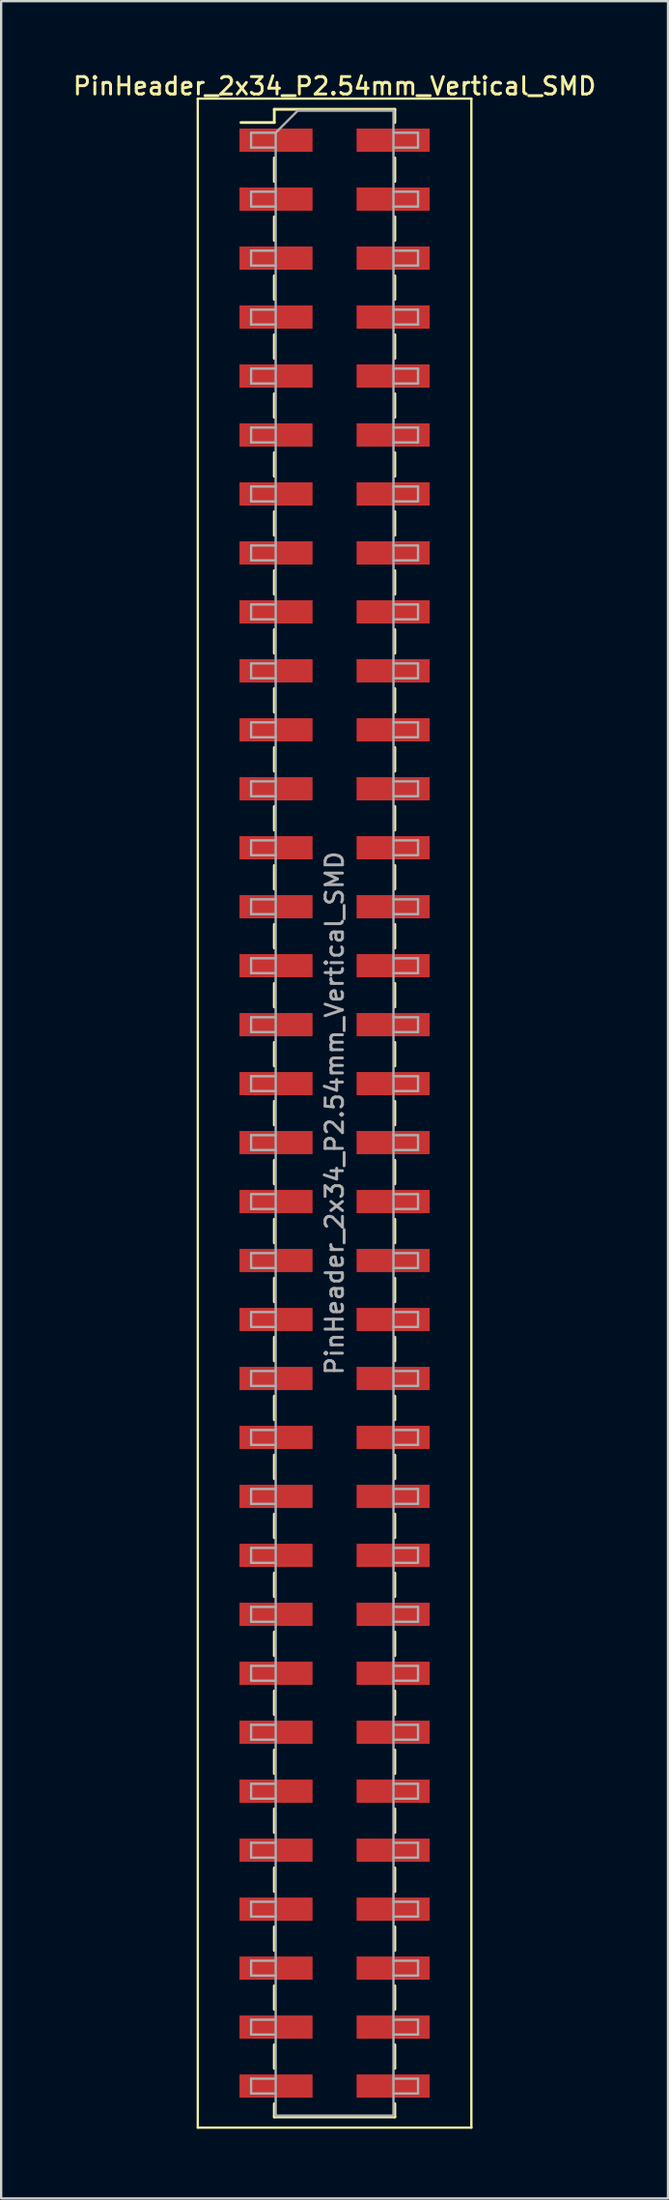
<source format=kicad_pcb>
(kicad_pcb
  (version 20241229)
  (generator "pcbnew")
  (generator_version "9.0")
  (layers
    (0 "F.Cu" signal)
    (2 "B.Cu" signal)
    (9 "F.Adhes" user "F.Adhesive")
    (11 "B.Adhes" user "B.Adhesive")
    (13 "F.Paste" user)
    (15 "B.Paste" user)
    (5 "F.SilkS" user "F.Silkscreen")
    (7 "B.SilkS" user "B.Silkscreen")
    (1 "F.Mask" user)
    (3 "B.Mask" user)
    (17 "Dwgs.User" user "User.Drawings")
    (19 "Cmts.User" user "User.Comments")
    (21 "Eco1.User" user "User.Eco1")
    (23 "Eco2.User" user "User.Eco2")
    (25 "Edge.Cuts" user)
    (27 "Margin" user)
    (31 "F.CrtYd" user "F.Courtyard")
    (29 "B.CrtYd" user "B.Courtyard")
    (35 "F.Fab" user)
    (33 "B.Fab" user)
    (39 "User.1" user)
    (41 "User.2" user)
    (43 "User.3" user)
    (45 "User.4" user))
  (footprint "PinHeader_2x34_P2.54mm_Vertical_SMD"
    (layer "F.Cu")
    (at 11.38 44.898)
    (property "Reference" "PinHeader_2x34_P2.54mm_Vertical_SMD" (at 0 -44.24 0) (layer "F.SilkS") (effects (font (size 0.75 0.75) (thickness 0.125))))
    (attr smd)
    (fp_line (start -5.9 -43.7) (end -5.9 43.7) (stroke (width 0.1) (type solid)) (layer "F.SilkS"))
    (fp_line (start -5.9 43.7) (end 5.9 43.7) (stroke (width 0.1) (type solid)) (layer "F.SilkS"))
    (fp_line (start -4.04 -42.67) (end -2.6 -42.67) (stroke (width 0.12) (type solid)) (layer "F.SilkS"))
    (fp_line (start -2.6 -43.24) (end -2.6 -42.67) (stroke (width 0.12) (type solid)) (layer "F.SilkS"))
    (fp_line (start -2.6 -43.24) (end 2.6 -43.24) (stroke (width 0.12) (type solid)) (layer "F.SilkS"))
    (fp_line (start -2.6 -41.15) (end -2.6 -40.13) (stroke (width 0.12) (type solid)) (layer "F.SilkS"))
    (fp_line (start -2.6 -38.61) (end -2.6 -37.59) (stroke (width 0.12) (type solid)) (layer "F.SilkS"))
    (fp_line (start -2.6 -36.07) (end -2.6 -35.05) (stroke (width 0.12) (type solid)) (layer "F.SilkS"))
    (fp_line (start -2.6 -33.53) (end -2.6 -32.51) (stroke (width 0.12) (type solid)) (layer "F.SilkS"))
    (fp_line (start -2.6 -30.99) (end -2.6 -29.97) (stroke (width 0.12) (type solid)) (layer "F.SilkS"))
    (fp_line (start -2.6 -28.45) (end -2.6 -27.43) (stroke (width 0.12) (type solid)) (layer "F.SilkS"))
    (fp_line (start -2.6 -25.91) (end -2.6 -24.89) (stroke (width 0.12) (type solid)) (layer "F.SilkS"))
    (fp_line (start -2.6 -23.37) (end -2.6 -22.35) (stroke (width 0.12) (type solid)) (layer "F.SilkS"))
    (fp_line (start -2.6 -20.83) (end -2.6 -19.81) (stroke (width 0.12) (type solid)) (layer "F.SilkS"))
    (fp_line (start -2.6 -18.29) (end -2.6 -17.27) (stroke (width 0.12) (type solid)) (layer "F.SilkS"))
    (fp_line (start -2.6 -15.75) (end -2.6 -14.73) (stroke (width 0.12) (type solid)) (layer "F.SilkS"))
    (fp_line (start -2.6 -13.21) (end -2.6 -12.19) (stroke (width 0.12) (type solid)) (layer "F.SilkS"))
    (fp_line (start -2.6 -10.67) (end -2.6 -9.65) (stroke (width 0.12) (type solid)) (layer "F.SilkS"))
    (fp_line (start -2.6 -8.13) (end -2.6 -7.11) (stroke (width 0.12) (type solid)) (layer "F.SilkS"))
    (fp_line (start -2.6 -5.59) (end -2.6 -4.57) (stroke (width 0.12) (type solid)) (layer "F.SilkS"))
    (fp_line (start -2.6 -3.05) (end -2.6 -2.03) (stroke (width 0.12) (type solid)) (layer "F.SilkS"))
    (fp_line (start -2.6 -0.51) (end -2.6 0.51) (stroke (width 0.12) (type solid)) (layer "F.SilkS"))
    (fp_line (start -2.6 2.03) (end -2.6 3.05) (stroke (width 0.12) (type solid)) (layer "F.SilkS"))
    (fp_line (start -2.6 4.57) (end -2.6 5.59) (stroke (width 0.12) (type solid)) (layer "F.SilkS"))
    (fp_line (start -2.6 7.11) (end -2.6 8.13) (stroke (width 0.12) (type solid)) (layer "F.SilkS"))
    (fp_line (start -2.6 9.65) (end -2.6 10.67) (stroke (width 0.12) (type solid)) (layer "F.SilkS"))
    (fp_line (start -2.6 12.19) (end -2.6 13.21) (stroke (width 0.12) (type solid)) (layer "F.SilkS"))
    (fp_line (start -2.6 14.73) (end -2.6 15.75) (stroke (width 0.12) (type solid)) (layer "F.SilkS"))
    (fp_line (start -2.6 17.27) (end -2.6 18.29) (stroke (width 0.12) (type solid)) (layer "F.SilkS"))
    (fp_line (start -2.6 19.81) (end -2.6 20.83) (stroke (width 0.12) (type solid)) (layer "F.SilkS"))
    (fp_line (start -2.6 22.35) (end -2.6 23.37) (stroke (width 0.12) (type solid)) (layer "F.SilkS"))
    (fp_line (start -2.6 24.89) (end -2.6 25.91) (stroke (width 0.12) (type solid)) (layer "F.SilkS"))
    (fp_line (start -2.6 27.43) (end -2.6 28.45) (stroke (width 0.12) (type solid)) (layer "F.SilkS"))
    (fp_line (start -2.6 29.97) (end -2.6 30.99) (stroke (width 0.12) (type solid)) (layer "F.SilkS"))
    (fp_line (start -2.6 32.51) (end -2.6 33.53) (stroke (width 0.12) (type solid)) (layer "F.SilkS"))
    (fp_line (start -2.6 35.05) (end -2.6 36.07) (stroke (width 0.12) (type solid)) (layer "F.SilkS"))
    (fp_line (start -2.6 37.59) (end -2.6 38.61) (stroke (width 0.12) (type solid)) (layer "F.SilkS"))
    (fp_line (start -2.6 40.13) (end -2.6 41.15) (stroke (width 0.12) (type solid)) (layer "F.SilkS"))
    (fp_line (start -2.6 42.67) (end -2.6 43.24) (stroke (width 0.12) (type solid)) (layer "F.SilkS"))
    (fp_line (start -2.6 43.24) (end 2.6 43.24) (stroke (width 0.12) (type solid)) (layer "F.SilkS"))
    (fp_line (start 2.6 -43.24) (end 2.6 -42.67) (stroke (width 0.12) (type solid)) (layer "F.SilkS"))
    (fp_line (start 2.6 -41.15) (end 2.6 -40.13) (stroke (width 0.12) (type solid)) (layer "F.SilkS"))
    (fp_line (start 2.6 -38.61) (end 2.6 -37.59) (stroke (width 0.12) (type solid)) (layer "F.SilkS"))
    (fp_line (start 2.6 -36.07) (end 2.6 -35.05) (stroke (width 0.12) (type solid)) (layer "F.SilkS"))
    (fp_line (start 2.6 -33.53) (end 2.6 -32.51) (stroke (width 0.12) (type solid)) (layer "F.SilkS"))
    (fp_line (start 2.6 -30.99) (end 2.6 -29.97) (stroke (width 0.12) (type solid)) (layer "F.SilkS"))
    (fp_line (start 2.6 -28.45) (end 2.6 -27.43) (stroke (width 0.12) (type solid)) (layer "F.SilkS"))
    (fp_line (start 2.6 -25.91) (end 2.6 -24.89) (stroke (width 0.12) (type solid)) (layer "F.SilkS"))
    (fp_line (start 2.6 -23.37) (end 2.6 -22.35) (stroke (width 0.12) (type solid)) (layer "F.SilkS"))
    (fp_line (start 2.6 -20.83) (end 2.6 -19.81) (stroke (width 0.12) (type solid)) (layer "F.SilkS"))
    (fp_line (start 2.6 -18.29) (end 2.6 -17.27) (stroke (width 0.12) (type solid)) (layer "F.SilkS"))
    (fp_line (start 2.6 -15.75) (end 2.6 -14.73) (stroke (width 0.12) (type solid)) (layer "F.SilkS"))
    (fp_line (start 2.6 -13.21) (end 2.6 -12.19) (stroke (width 0.12) (type solid)) (layer "F.SilkS"))
    (fp_line (start 2.6 -10.67) (end 2.6 -9.65) (stroke (width 0.12) (type solid)) (layer "F.SilkS"))
    (fp_line (start 2.6 -8.13) (end 2.6 -7.11) (stroke (width 0.12) (type solid)) (layer "F.SilkS"))
    (fp_line (start 2.6 -5.59) (end 2.6 -4.57) (stroke (width 0.12) (type solid)) (layer "F.SilkS"))
    (fp_line (start 2.6 -3.05) (end 2.6 -2.03) (stroke (width 0.12) (type solid)) (layer "F.SilkS"))
    (fp_line (start 2.6 -0.51) (end 2.6 0.51) (stroke (width 0.12) (type solid)) (layer "F.SilkS"))
    (fp_line (start 2.6 2.03) (end 2.6 3.05) (stroke (width 0.12) (type solid)) (layer "F.SilkS"))
    (fp_line (start 2.6 4.57) (end 2.6 5.59) (stroke (width 0.12) (type solid)) (layer "F.SilkS"))
    (fp_line (start 2.6 7.11) (end 2.6 8.13) (stroke (width 0.12) (type solid)) (layer "F.SilkS"))
    (fp_line (start 2.6 9.65) (end 2.6 10.67) (stroke (width 0.12) (type solid)) (layer "F.SilkS"))
    (fp_line (start 2.6 12.19) (end 2.6 13.21) (stroke (width 0.12) (type solid)) (layer "F.SilkS"))
    (fp_line (start 2.6 14.73) (end 2.6 15.75) (stroke (width 0.12) (type solid)) (layer "F.SilkS"))
    (fp_line (start 2.6 17.27) (end 2.6 18.29) (stroke (width 0.12) (type solid)) (layer "F.SilkS"))
    (fp_line (start 2.6 19.81) (end 2.6 20.83) (stroke (width 0.12) (type solid)) (layer "F.SilkS"))
    (fp_line (start 2.6 22.35) (end 2.6 23.37) (stroke (width 0.12) (type solid)) (layer "F.SilkS"))
    (fp_line (start 2.6 24.89) (end 2.6 25.91) (stroke (width 0.12) (type solid)) (layer "F.SilkS"))
    (fp_line (start 2.6 27.43) (end 2.6 28.45) (stroke (width 0.12) (type solid)) (layer "F.SilkS"))
    (fp_line (start 2.6 29.97) (end 2.6 30.99) (stroke (width 0.12) (type solid)) (layer "F.SilkS"))
    (fp_line (start 2.6 32.51) (end 2.6 33.53) (stroke (width 0.12) (type solid)) (layer "F.SilkS"))
    (fp_line (start 2.6 35.05) (end 2.6 36.07) (stroke (width 0.12) (type solid)) (layer "F.SilkS"))
    (fp_line (start 2.6 37.59) (end 2.6 38.61) (stroke (width 0.12) (type solid)) (layer "F.SilkS"))
    (fp_line (start 2.6 40.13) (end 2.6 41.15) (stroke (width 0.12) (type solid)) (layer "F.SilkS"))
    (fp_line (start 2.6 42.67) (end 2.6 43.24) (stroke (width 0.12) (type solid)) (layer "F.SilkS"))
    (fp_line (start 5.9 -43.7) (end -5.9 -43.7) (stroke (width 0.1) (type solid)) (layer "F.SilkS"))
    (fp_line (start 5.9 43.7) (end 5.9 -43.7) (stroke (width 0.1) (type solid)) (layer "F.SilkS"))
    (fp_line (start -3.6 -42.23) (end -3.6 -41.59) (stroke (width 0.1) (type solid)) (layer "F.Fab"))
    (fp_line (start -3.6 -41.59) (end -2.54 -41.59) (stroke (width 0.1) (type solid)) (layer "F.Fab"))
    (fp_line (start -3.6 -39.69) (end -3.6 -39.05) (stroke (width 0.1) (type solid)) (layer "F.Fab"))
    (fp_line (start -3.6 -39.05) (end -2.54 -39.05) (stroke (width 0.1) (type solid)) (layer "F.Fab"))
    (fp_line (start -3.6 -37.15) (end -3.6 -36.51) (stroke (width 0.1) (type solid)) (layer "F.Fab"))
    (fp_line (start -3.6 -36.51) (end -2.54 -36.51) (stroke (width 0.1) (type solid)) (layer "F.Fab"))
    (fp_line (start -3.6 -34.61) (end -3.6 -33.97) (stroke (width 0.1) (type solid)) (layer "F.Fab"))
    (fp_line (start -3.6 -33.97) (end -2.54 -33.97) (stroke (width 0.1) (type solid)) (layer "F.Fab"))
    (fp_line (start -3.6 -32.07) (end -3.6 -31.43) (stroke (width 0.1) (type solid)) (layer "F.Fab"))
    (fp_line (start -3.6 -31.43) (end -2.54 -31.43) (stroke (width 0.1) (type solid)) (layer "F.Fab"))
    (fp_line (start -3.6 -29.53) (end -3.6 -28.89) (stroke (width 0.1) (type solid)) (layer "F.Fab"))
    (fp_line (start -3.6 -28.89) (end -2.54 -28.89) (stroke (width 0.1) (type solid)) (layer "F.Fab"))
    (fp_line (start -3.6 -26.99) (end -3.6 -26.35) (stroke (width 0.1) (type solid)) (layer "F.Fab"))
    (fp_line (start -3.6 -26.35) (end -2.54 -26.35) (stroke (width 0.1) (type solid)) (layer "F.Fab"))
    (fp_line (start -3.6 -24.45) (end -3.6 -23.81) (stroke (width 0.1) (type solid)) (layer "F.Fab"))
    (fp_line (start -3.6 -23.81) (end -2.54 -23.81) (stroke (width 0.1) (type solid)) (layer "F.Fab"))
    (fp_line (start -3.6 -21.91) (end -3.6 -21.27) (stroke (width 0.1) (type solid)) (layer "F.Fab"))
    (fp_line (start -3.6 -21.27) (end -2.54 -21.27) (stroke (width 0.1) (type solid)) (layer "F.Fab"))
    (fp_line (start -3.6 -19.37) (end -3.6 -18.73) (stroke (width 0.1) (type solid)) (layer "F.Fab"))
    (fp_line (start -3.6 -18.73) (end -2.54 -18.73) (stroke (width 0.1) (type solid)) (layer "F.Fab"))
    (fp_line (start -3.6 -16.83) (end -3.6 -16.19) (stroke (width 0.1) (type solid)) (layer "F.Fab"))
    (fp_line (start -3.6 -16.19) (end -2.54 -16.19) (stroke (width 0.1) (type solid)) (layer "F.Fab"))
    (fp_line (start -3.6 -14.29) (end -3.6 -13.65) (stroke (width 0.1) (type solid)) (layer "F.Fab"))
    (fp_line (start -3.6 -13.65) (end -2.54 -13.65) (stroke (width 0.1) (type solid)) (layer "F.Fab"))
    (fp_line (start -3.6 -11.75) (end -3.6 -11.11) (stroke (width 0.1) (type solid)) (layer "F.Fab"))
    (fp_line (start -3.6 -11.11) (end -2.54 -11.11) (stroke (width 0.1) (type solid)) (layer "F.Fab"))
    (fp_line (start -3.6 -9.21) (end -3.6 -8.57) (stroke (width 0.1) (type solid)) (layer "F.Fab"))
    (fp_line (start -3.6 -8.57) (end -2.54 -8.57) (stroke (width 0.1) (type solid)) (layer "F.Fab"))
    (fp_line (start -3.6 -6.67) (end -3.6 -6.03) (stroke (width 0.1) (type solid)) (layer "F.Fab"))
    (fp_line (start -3.6 -6.03) (end -2.54 -6.03) (stroke (width 0.1) (type solid)) (layer "F.Fab"))
    (fp_line (start -3.6 -4.13) (end -3.6 -3.49) (stroke (width 0.1) (type solid)) (layer "F.Fab"))
    (fp_line (start -3.6 -3.49) (end -2.54 -3.49) (stroke (width 0.1) (type solid)) (layer "F.Fab"))
    (fp_line (start -3.6 -1.59) (end -3.6 -0.95) (stroke (width 0.1) (type solid)) (layer "F.Fab"))
    (fp_line (start -3.6 -0.95) (end -2.54 -0.95) (stroke (width 0.1) (type solid)) (layer "F.Fab"))
    (fp_line (start -3.6 0.95) (end -3.6 1.59) (stroke (width 0.1) (type solid)) (layer "F.Fab"))
    (fp_line (start -3.6 1.59) (end -2.54 1.59) (stroke (width 0.1) (type solid)) (layer "F.Fab"))
    (fp_line (start -3.6 3.49) (end -3.6 4.13) (stroke (width 0.1) (type solid)) (layer "F.Fab"))
    (fp_line (start -3.6 4.13) (end -2.54 4.13) (stroke (width 0.1) (type solid)) (layer "F.Fab"))
    (fp_line (start -3.6 6.03) (end -3.6 6.67) (stroke (width 0.1) (type solid)) (layer "F.Fab"))
    (fp_line (start -3.6 6.67) (end -2.54 6.67) (stroke (width 0.1) (type solid)) (layer "F.Fab"))
    (fp_line (start -3.6 8.57) (end -3.6 9.21) (stroke (width 0.1) (type solid)) (layer "F.Fab"))
    (fp_line (start -3.6 9.21) (end -2.54 9.21) (stroke (width 0.1) (type solid)) (layer "F.Fab"))
    (fp_line (start -3.6 11.11) (end -3.6 11.75) (stroke (width 0.1) (type solid)) (layer "F.Fab"))
    (fp_line (start -3.6 11.75) (end -2.54 11.75) (stroke (width 0.1) (type solid)) (layer "F.Fab"))
    (fp_line (start -3.6 13.65) (end -3.6 14.29) (stroke (width 0.1) (type solid)) (layer "F.Fab"))
    (fp_line (start -3.6 14.29) (end -2.54 14.29) (stroke (width 0.1) (type solid)) (layer "F.Fab"))
    (fp_line (start -3.6 16.19) (end -3.6 16.83) (stroke (width 0.1) (type solid)) (layer "F.Fab"))
    (fp_line (start -3.6 16.83) (end -2.54 16.83) (stroke (width 0.1) (type solid)) (layer "F.Fab"))
    (fp_line (start -3.6 18.73) (end -3.6 19.37) (stroke (width 0.1) (type solid)) (layer "F.Fab"))
    (fp_line (start -3.6 19.37) (end -2.54 19.37) (stroke (width 0.1) (type solid)) (layer "F.Fab"))
    (fp_line (start -3.6 21.27) (end -3.6 21.91) (stroke (width 0.1) (type solid)) (layer "F.Fab"))
    (fp_line (start -3.6 21.91) (end -2.54 21.91) (stroke (width 0.1) (type solid)) (layer "F.Fab"))
    (fp_line (start -3.6 23.81) (end -3.6 24.45) (stroke (width 0.1) (type solid)) (layer "F.Fab"))
    (fp_line (start -3.6 24.45) (end -2.54 24.45) (stroke (width 0.1) (type solid)) (layer "F.Fab"))
    (fp_line (start -3.6 26.35) (end -3.6 26.99) (stroke (width 0.1) (type solid)) (layer "F.Fab"))
    (fp_line (start -3.6 26.99) (end -2.54 26.99) (stroke (width 0.1) (type solid)) (layer "F.Fab"))
    (fp_line (start -3.6 28.89) (end -3.6 29.53) (stroke (width 0.1) (type solid)) (layer "F.Fab"))
    (fp_line (start -3.6 29.53) (end -2.54 29.53) (stroke (width 0.1) (type solid)) (layer "F.Fab"))
    (fp_line (start -3.6 31.43) (end -3.6 32.07) (stroke (width 0.1) (type solid)) (layer "F.Fab"))
    (fp_line (start -3.6 32.07) (end -2.54 32.07) (stroke (width 0.1) (type solid)) (layer "F.Fab"))
    (fp_line (start -3.6 33.97) (end -3.6 34.61) (stroke (width 0.1) (type solid)) (layer "F.Fab"))
    (fp_line (start -3.6 34.61) (end -2.54 34.61) (stroke (width 0.1) (type solid)) (layer "F.Fab"))
    (fp_line (start -3.6 36.51) (end -3.6 37.15) (stroke (width 0.1) (type solid)) (layer "F.Fab"))
    (fp_line (start -3.6 37.15) (end -2.54 37.15) (stroke (width 0.1) (type solid)) (layer "F.Fab"))
    (fp_line (start -3.6 39.05) (end -3.6 39.69) (stroke (width 0.1) (type solid)) (layer "F.Fab"))
    (fp_line (start -3.6 39.69) (end -2.54 39.69) (stroke (width 0.1) (type solid)) (layer "F.Fab"))
    (fp_line (start -3.6 41.59) (end -3.6 42.23) (stroke (width 0.1) (type solid)) (layer "F.Fab"))
    (fp_line (start -3.6 42.23) (end -2.54 42.23) (stroke (width 0.1) (type solid)) (layer "F.Fab"))
    (fp_line (start -2.54 -42.23) (end -3.6 -42.23) (stroke (width 0.1) (type solid)) (layer "F.Fab"))
    (fp_line (start -2.54 -42.23) (end -1.59 -43.18) (stroke (width 0.1) (type solid)) (layer "F.Fab"))
    (fp_line (start -2.54 -39.69) (end -3.6 -39.69) (stroke (width 0.1) (type solid)) (layer "F.Fab"))
    (fp_line (start -2.54 -37.15) (end -3.6 -37.15) (stroke (width 0.1) (type solid)) (layer "F.Fab"))
    (fp_line (start -2.54 -34.61) (end -3.6 -34.61) (stroke (width 0.1) (type solid)) (layer "F.Fab"))
    (fp_line (start -2.54 -32.07) (end -3.6 -32.07) (stroke (width 0.1) (type solid)) (layer "F.Fab"))
    (fp_line (start -2.54 -29.53) (end -3.6 -29.53) (stroke (width 0.1) (type solid)) (layer "F.Fab"))
    (fp_line (start -2.54 -26.99) (end -3.6 -26.99) (stroke (width 0.1) (type solid)) (layer "F.Fab"))
    (fp_line (start -2.54 -24.45) (end -3.6 -24.45) (stroke (width 0.1) (type solid)) (layer "F.Fab"))
    (fp_line (start -2.54 -21.91) (end -3.6 -21.91) (stroke (width 0.1) (type solid)) (layer "F.Fab"))
    (fp_line (start -2.54 -19.37) (end -3.6 -19.37) (stroke (width 0.1) (type solid)) (layer "F.Fab"))
    (fp_line (start -2.54 -16.83) (end -3.6 -16.83) (stroke (width 0.1) (type solid)) (layer "F.Fab"))
    (fp_line (start -2.54 -14.29) (end -3.6 -14.29) (stroke (width 0.1) (type solid)) (layer "F.Fab"))
    (fp_line (start -2.54 -11.75) (end -3.6 -11.75) (stroke (width 0.1) (type solid)) (layer "F.Fab"))
    (fp_line (start -2.54 -9.21) (end -3.6 -9.21) (stroke (width 0.1) (type solid)) (layer "F.Fab"))
    (fp_line (start -2.54 -6.67) (end -3.6 -6.67) (stroke (width 0.1) (type solid)) (layer "F.Fab"))
    (fp_line (start -2.54 -4.13) (end -3.6 -4.13) (stroke (width 0.1) (type solid)) (layer "F.Fab"))
    (fp_line (start -2.54 -1.59) (end -3.6 -1.59) (stroke (width 0.1) (type solid)) (layer "F.Fab"))
    (fp_line (start -2.54 0.95) (end -3.6 0.95) (stroke (width 0.1) (type solid)) (layer "F.Fab"))
    (fp_line (start -2.54 3.49) (end -3.6 3.49) (stroke (width 0.1) (type solid)) (layer "F.Fab"))
    (fp_line (start -2.54 6.03) (end -3.6 6.03) (stroke (width 0.1) (type solid)) (layer "F.Fab"))
    (fp_line (start -2.54 8.57) (end -3.6 8.57) (stroke (width 0.1) (type solid)) (layer "F.Fab"))
    (fp_line (start -2.54 11.11) (end -3.6 11.11) (stroke (width 0.1) (type solid)) (layer "F.Fab"))
    (fp_line (start -2.54 13.65) (end -3.6 13.65) (stroke (width 0.1) (type solid)) (layer "F.Fab"))
    (fp_line (start -2.54 16.19) (end -3.6 16.19) (stroke (width 0.1) (type solid)) (layer "F.Fab"))
    (fp_line (start -2.54 18.73) (end -3.6 18.73) (stroke (width 0.1) (type solid)) (layer "F.Fab"))
    (fp_line (start -2.54 21.27) (end -3.6 21.27) (stroke (width 0.1) (type solid)) (layer "F.Fab"))
    (fp_line (start -2.54 23.81) (end -3.6 23.81) (stroke (width 0.1) (type solid)) (layer "F.Fab"))
    (fp_line (start -2.54 26.35) (end -3.6 26.35) (stroke (width 0.1) (type solid)) (layer "F.Fab"))
    (fp_line (start -2.54 28.89) (end -3.6 28.89) (stroke (width 0.1) (type solid)) (layer "F.Fab"))
    (fp_line (start -2.54 31.43) (end -3.6 31.43) (stroke (width 0.1) (type solid)) (layer "F.Fab"))
    (fp_line (start -2.54 33.97) (end -3.6 33.97) (stroke (width 0.1) (type solid)) (layer "F.Fab"))
    (fp_line (start -2.54 36.51) (end -3.6 36.51) (stroke (width 0.1) (type solid)) (layer "F.Fab"))
    (fp_line (start -2.54 39.05) (end -3.6 39.05) (stroke (width 0.1) (type solid)) (layer "F.Fab"))
    (fp_line (start -2.54 41.59) (end -3.6 41.59) (stroke (width 0.1) (type solid)) (layer "F.Fab"))
    (fp_line (start -2.54 43.18) (end -2.54 -42.23) (stroke (width 0.1) (type solid)) (layer "F.Fab"))
    (fp_line (start -1.59 -43.18) (end 2.54 -43.18) (stroke (width 0.1) (type solid)) (layer "F.Fab"))
    (fp_line (start 2.54 -43.18) (end 2.54 43.18) (stroke (width 0.1) (type solid)) (layer "F.Fab"))
    (fp_line (start 2.54 -42.23) (end 3.6 -42.23) (stroke (width 0.1) (type solid)) (layer "F.Fab"))
    (fp_line (start 2.54 -39.69) (end 3.6 -39.69) (stroke (width 0.1) (type solid)) (layer "F.Fab"))
    (fp_line (start 2.54 -37.15) (end 3.6 -37.15) (stroke (width 0.1) (type solid)) (layer "F.Fab"))
    (fp_line (start 2.54 -34.61) (end 3.6 -34.61) (stroke (width 0.1) (type solid)) (layer "F.Fab"))
    (fp_line (start 2.54 -32.07) (end 3.6 -32.07) (stroke (width 0.1) (type solid)) (layer "F.Fab"))
    (fp_line (start 2.54 -29.53) (end 3.6 -29.53) (stroke (width 0.1) (type solid)) (layer "F.Fab"))
    (fp_line (start 2.54 -26.99) (end 3.6 -26.99) (stroke (width 0.1) (type solid)) (layer "F.Fab"))
    (fp_line (start 2.54 -24.45) (end 3.6 -24.45) (stroke (width 0.1) (type solid)) (layer "F.Fab"))
    (fp_line (start 2.54 -21.91) (end 3.6 -21.91) (stroke (width 0.1) (type solid)) (layer "F.Fab"))
    (fp_line (start 2.54 -19.37) (end 3.6 -19.37) (stroke (width 0.1) (type solid)) (layer "F.Fab"))
    (fp_line (start 2.54 -16.83) (end 3.6 -16.83) (stroke (width 0.1) (type solid)) (layer "F.Fab"))
    (fp_line (start 2.54 -14.29) (end 3.6 -14.29) (stroke (width 0.1) (type solid)) (layer "F.Fab"))
    (fp_line (start 2.54 -11.75) (end 3.6 -11.75) (stroke (width 0.1) (type solid)) (layer "F.Fab"))
    (fp_line (start 2.54 -9.21) (end 3.6 -9.21) (stroke (width 0.1) (type solid)) (layer "F.Fab"))
    (fp_line (start 2.54 -6.67) (end 3.6 -6.67) (stroke (width 0.1) (type solid)) (layer "F.Fab"))
    (fp_line (start 2.54 -4.13) (end 3.6 -4.13) (stroke (width 0.1) (type solid)) (layer "F.Fab"))
    (fp_line (start 2.54 -1.59) (end 3.6 -1.59) (stroke (width 0.1) (type solid)) (layer "F.Fab"))
    (fp_line (start 2.54 0.95) (end 3.6 0.95) (stroke (width 0.1) (type solid)) (layer "F.Fab"))
    (fp_line (start 2.54 3.49) (end 3.6 3.49) (stroke (width 0.1) (type solid)) (layer "F.Fab"))
    (fp_line (start 2.54 6.03) (end 3.6 6.03) (stroke (width 0.1) (type solid)) (layer "F.Fab"))
    (fp_line (start 2.54 8.57) (end 3.6 8.57) (stroke (width 0.1) (type solid)) (layer "F.Fab"))
    (fp_line (start 2.54 11.11) (end 3.6 11.11) (stroke (width 0.1) (type solid)) (layer "F.Fab"))
    (fp_line (start 2.54 13.65) (end 3.6 13.65) (stroke (width 0.1) (type solid)) (layer "F.Fab"))
    (fp_line (start 2.54 16.19) (end 3.6 16.19) (stroke (width 0.1) (type solid)) (layer "F.Fab"))
    (fp_line (start 2.54 18.73) (end 3.6 18.73) (stroke (width 0.1) (type solid)) (layer "F.Fab"))
    (fp_line (start 2.54 21.27) (end 3.6 21.27) (stroke (width 0.1) (type solid)) (layer "F.Fab"))
    (fp_line (start 2.54 23.81) (end 3.6 23.81) (stroke (width 0.1) (type solid)) (layer "F.Fab"))
    (fp_line (start 2.54 26.35) (end 3.6 26.35) (stroke (width 0.1) (type solid)) (layer "F.Fab"))
    (fp_line (start 2.54 28.89) (end 3.6 28.89) (stroke (width 0.1) (type solid)) (layer "F.Fab"))
    (fp_line (start 2.54 31.43) (end 3.6 31.43) (stroke (width 0.1) (type solid)) (layer "F.Fab"))
    (fp_line (start 2.54 33.97) (end 3.6 33.97) (stroke (width 0.1) (type solid)) (layer "F.Fab"))
    (fp_line (start 2.54 36.51) (end 3.6 36.51) (stroke (width 0.1) (type solid)) (layer "F.Fab"))
    (fp_line (start 2.54 39.05) (end 3.6 39.05) (stroke (width 0.1) (type solid)) (layer "F.Fab"))
    (fp_line (start 2.54 41.59) (end 3.6 41.59) (stroke (width 0.1) (type solid)) (layer "F.Fab"))
    (fp_line (start 2.54 43.18) (end -2.54 43.18) (stroke (width 0.1) (type solid)) (layer "F.Fab"))
    (fp_line (start 3.6 -42.23) (end 3.6 -41.59) (stroke (width 0.1) (type solid)) (layer "F.Fab"))
    (fp_line (start 3.6 -41.59) (end 2.54 -41.59) (stroke (width 0.1) (type solid)) (layer "F.Fab"))
    (fp_line (start 3.6 -39.69) (end 3.6 -39.05) (stroke (width 0.1) (type solid)) (layer "F.Fab"))
    (fp_line (start 3.6 -39.05) (end 2.54 -39.05) (stroke (width 0.1) (type solid)) (layer "F.Fab"))
    (fp_line (start 3.6 -37.15) (end 3.6 -36.51) (stroke (width 0.1) (type solid)) (layer "F.Fab"))
    (fp_line (start 3.6 -36.51) (end 2.54 -36.51) (stroke (width 0.1) (type solid)) (layer "F.Fab"))
    (fp_line (start 3.6 -34.61) (end 3.6 -33.97) (stroke (width 0.1) (type solid)) (layer "F.Fab"))
    (fp_line (start 3.6 -33.97) (end 2.54 -33.97) (stroke (width 0.1) (type solid)) (layer "F.Fab"))
    (fp_line (start 3.6 -32.07) (end 3.6 -31.43) (stroke (width 0.1) (type solid)) (layer "F.Fab"))
    (fp_line (start 3.6 -31.43) (end 2.54 -31.43) (stroke (width 0.1) (type solid)) (layer "F.Fab"))
    (fp_line (start 3.6 -29.53) (end 3.6 -28.89) (stroke (width 0.1) (type solid)) (layer "F.Fab"))
    (fp_line (start 3.6 -28.89) (end 2.54 -28.89) (stroke (width 0.1) (type solid)) (layer "F.Fab"))
    (fp_line (start 3.6 -26.99) (end 3.6 -26.35) (stroke (width 0.1) (type solid)) (layer "F.Fab"))
    (fp_line (start 3.6 -26.35) (end 2.54 -26.35) (stroke (width 0.1) (type solid)) (layer "F.Fab"))
    (fp_line (start 3.6 -24.45) (end 3.6 -23.81) (stroke (width 0.1) (type solid)) (layer "F.Fab"))
    (fp_line (start 3.6 -23.81) (end 2.54 -23.81) (stroke (width 0.1) (type solid)) (layer "F.Fab"))
    (fp_line (start 3.6 -21.91) (end 3.6 -21.27) (stroke (width 0.1) (type solid)) (layer "F.Fab"))
    (fp_line (start 3.6 -21.27) (end 2.54 -21.27) (stroke (width 0.1) (type solid)) (layer "F.Fab"))
    (fp_line (start 3.6 -19.37) (end 3.6 -18.73) (stroke (width 0.1) (type solid)) (layer "F.Fab"))
    (fp_line (start 3.6 -18.73) (end 2.54 -18.73) (stroke (width 0.1) (type solid)) (layer "F.Fab"))
    (fp_line (start 3.6 -16.83) (end 3.6 -16.19) (stroke (width 0.1) (type solid)) (layer "F.Fab"))
    (fp_line (start 3.6 -16.19) (end 2.54 -16.19) (stroke (width 0.1) (type solid)) (layer "F.Fab"))
    (fp_line (start 3.6 -14.29) (end 3.6 -13.65) (stroke (width 0.1) (type solid)) (layer "F.Fab"))
    (fp_line (start 3.6 -13.65) (end 2.54 -13.65) (stroke (width 0.1) (type solid)) (layer "F.Fab"))
    (fp_line (start 3.6 -11.75) (end 3.6 -11.11) (stroke (width 0.1) (type solid)) (layer "F.Fab"))
    (fp_line (start 3.6 -11.11) (end 2.54 -11.11) (stroke (width 0.1) (type solid)) (layer "F.Fab"))
    (fp_line (start 3.6 -9.21) (end 3.6 -8.57) (stroke (width 0.1) (type solid)) (layer "F.Fab"))
    (fp_line (start 3.6 -8.57) (end 2.54 -8.57) (stroke (width 0.1) (type solid)) (layer "F.Fab"))
    (fp_line (start 3.6 -6.67) (end 3.6 -6.03) (stroke (width 0.1) (type solid)) (layer "F.Fab"))
    (fp_line (start 3.6 -6.03) (end 2.54 -6.03) (stroke (width 0.1) (type solid)) (layer "F.Fab"))
    (fp_line (start 3.6 -4.13) (end 3.6 -3.49) (stroke (width 0.1) (type solid)) (layer "F.Fab"))
    (fp_line (start 3.6 -3.49) (end 2.54 -3.49) (stroke (width 0.1) (type solid)) (layer "F.Fab"))
    (fp_line (start 3.6 -1.59) (end 3.6 -0.95) (stroke (width 0.1) (type solid)) (layer "F.Fab"))
    (fp_line (start 3.6 -0.95) (end 2.54 -0.95) (stroke (width 0.1) (type solid)) (layer "F.Fab"))
    (fp_line (start 3.6 0.95) (end 3.6 1.59) (stroke (width 0.1) (type solid)) (layer "F.Fab"))
    (fp_line (start 3.6 1.59) (end 2.54 1.59) (stroke (width 0.1) (type solid)) (layer "F.Fab"))
    (fp_line (start 3.6 3.49) (end 3.6 4.13) (stroke (width 0.1) (type solid)) (layer "F.Fab"))
    (fp_line (start 3.6 4.13) (end 2.54 4.13) (stroke (width 0.1) (type solid)) (layer "F.Fab"))
    (fp_line (start 3.6 6.03) (end 3.6 6.67) (stroke (width 0.1) (type solid)) (layer "F.Fab"))
    (fp_line (start 3.6 6.67) (end 2.54 6.67) (stroke (width 0.1) (type solid)) (layer "F.Fab"))
    (fp_line (start 3.6 8.57) (end 3.6 9.21) (stroke (width 0.1) (type solid)) (layer "F.Fab"))
    (fp_line (start 3.6 9.21) (end 2.54 9.21) (stroke (width 0.1) (type solid)) (layer "F.Fab"))
    (fp_line (start 3.6 11.11) (end 3.6 11.75) (stroke (width 0.1) (type solid)) (layer "F.Fab"))
    (fp_line (start 3.6 11.75) (end 2.54 11.75) (stroke (width 0.1) (type solid)) (layer "F.Fab"))
    (fp_line (start 3.6 13.65) (end 3.6 14.29) (stroke (width 0.1) (type solid)) (layer "F.Fab"))
    (fp_line (start 3.6 14.29) (end 2.54 14.29) (stroke (width 0.1) (type solid)) (layer "F.Fab"))
    (fp_line (start 3.6 16.19) (end 3.6 16.83) (stroke (width 0.1) (type solid)) (layer "F.Fab"))
    (fp_line (start 3.6 16.83) (end 2.54 16.83) (stroke (width 0.1) (type solid)) (layer "F.Fab"))
    (fp_line (start 3.6 18.73) (end 3.6 19.37) (stroke (width 0.1) (type solid)) (layer "F.Fab"))
    (fp_line (start 3.6 19.37) (end 2.54 19.37) (stroke (width 0.1) (type solid)) (layer "F.Fab"))
    (fp_line (start 3.6 21.27) (end 3.6 21.91) (stroke (width 0.1) (type solid)) (layer "F.Fab"))
    (fp_line (start 3.6 21.91) (end 2.54 21.91) (stroke (width 0.1) (type solid)) (layer "F.Fab"))
    (fp_line (start 3.6 23.81) (end 3.6 24.45) (stroke (width 0.1) (type solid)) (layer "F.Fab"))
    (fp_line (start 3.6 24.45) (end 2.54 24.45) (stroke (width 0.1) (type solid)) (layer "F.Fab"))
    (fp_line (start 3.6 26.35) (end 3.6 26.99) (stroke (width 0.1) (type solid)) (layer "F.Fab"))
    (fp_line (start 3.6 26.99) (end 2.54 26.99) (stroke (width 0.1) (type solid)) (layer "F.Fab"))
    (fp_line (start 3.6 28.89) (end 3.6 29.53) (stroke (width 0.1) (type solid)) (layer "F.Fab"))
    (fp_line (start 3.6 29.53) (end 2.54 29.53) (stroke (width 0.1) (type solid)) (layer "F.Fab"))
    (fp_line (start 3.6 31.43) (end 3.6 32.07) (stroke (width 0.1) (type solid)) (layer "F.Fab"))
    (fp_line (start 3.6 32.07) (end 2.54 32.07) (stroke (width 0.1) (type solid)) (layer "F.Fab"))
    (fp_line (start 3.6 33.97) (end 3.6 34.61) (stroke (width 0.1) (type solid)) (layer "F.Fab"))
    (fp_line (start 3.6 34.61) (end 2.54 34.61) (stroke (width 0.1) (type solid)) (layer "F.Fab"))
    (fp_line (start 3.6 36.51) (end 3.6 37.15) (stroke (width 0.1) (type solid)) (layer "F.Fab"))
    (fp_line (start 3.6 37.15) (end 2.54 37.15) (stroke (width 0.1) (type solid)) (layer "F.Fab"))
    (fp_line (start 3.6 39.05) (end 3.6 39.69) (stroke (width 0.1) (type solid)) (layer "F.Fab"))
    (fp_line (start 3.6 39.69) (end 2.54 39.69) (stroke (width 0.1) (type solid)) (layer "F.Fab"))
    (fp_line (start 3.6 41.59) (end 3.6 42.23) (stroke (width 0.1) (type solid)) (layer "F.Fab"))
    (fp_line (start 3.6 42.23) (end 2.54 42.23) (stroke (width 0.1) (type solid)) (layer "F.Fab"))
    (fp_text user "${REFERENCE}" (at 0 0 90) (layer "F.Fab") (effects (font (size 0.75 0.75) (thickness 0.125))))
    (pad "1" smd rect (at -2.525 -41.91) (size 3.15 1) (layers "F.Cu" "F.Mask" "F.Paste"))
    (pad "2" smd rect (at 2.525 -41.91) (size 3.15 1) (layers "F.Cu" "F.Mask" "F.Paste"))
    (pad "3" smd rect (at -2.525 -39.37) (size 3.15 1) (layers "F.Cu" "F.Mask" "F.Paste"))
    (pad "4" smd rect (at 2.525 -39.37) (size 3.15 1) (layers "F.Cu" "F.Mask" "F.Paste"))
    (pad "5" smd rect (at -2.525 -36.83) (size 3.15 1) (layers "F.Cu" "F.Mask" "F.Paste"))
    (pad "6" smd rect (at 2.525 -36.83) (size 3.15 1) (layers "F.Cu" "F.Mask" "F.Paste"))
    (pad "7" smd rect (at -2.525 -34.29) (size 3.15 1) (layers "F.Cu" "F.Mask" "F.Paste"))
    (pad "8" smd rect (at 2.525 -34.29) (size 3.15 1) (layers "F.Cu" "F.Mask" "F.Paste"))
    (pad "9" smd rect (at -2.525 -31.75) (size 3.15 1) (layers "F.Cu" "F.Mask" "F.Paste"))
    (pad "10" smd rect (at 2.525 -31.75) (size 3.15 1) (layers "F.Cu" "F.Mask" "F.Paste"))
    (pad "11" smd rect (at -2.525 -29.21) (size 3.15 1) (layers "F.Cu" "F.Mask" "F.Paste"))
    (pad "12" smd rect (at 2.525 -29.21) (size 3.15 1) (layers "F.Cu" "F.Mask" "F.Paste"))
    (pad "13" smd rect (at -2.525 -26.67) (size 3.15 1) (layers "F.Cu" "F.Mask" "F.Paste"))
    (pad "14" smd rect (at 2.525 -26.67) (size 3.15 1) (layers "F.Cu" "F.Mask" "F.Paste"))
    (pad "15" smd rect (at -2.525 -24.13) (size 3.15 1) (layers "F.Cu" "F.Mask" "F.Paste"))
    (pad "16" smd rect (at 2.525 -24.13) (size 3.15 1) (layers "F.Cu" "F.Mask" "F.Paste"))
    (pad "17" smd rect (at -2.525 -21.59) (size 3.15 1) (layers "F.Cu" "F.Mask" "F.Paste"))
    (pad "18" smd rect (at 2.525 -21.59) (size 3.15 1) (layers "F.Cu" "F.Mask" "F.Paste"))
    (pad "19" smd rect (at -2.525 -19.05) (size 3.15 1) (layers "F.Cu" "F.Mask" "F.Paste"))
    (pad "20" smd rect (at 2.525 -19.05) (size 3.15 1) (layers "F.Cu" "F.Mask" "F.Paste"))
    (pad "21" smd rect (at -2.525 -16.51) (size 3.15 1) (layers "F.Cu" "F.Mask" "F.Paste"))
    (pad "22" smd rect (at 2.525 -16.51) (size 3.15 1) (layers "F.Cu" "F.Mask" "F.Paste"))
    (pad "23" smd rect (at -2.525 -13.97) (size 3.15 1) (layers "F.Cu" "F.Mask" "F.Paste"))
    (pad "24" smd rect (at 2.525 -13.97) (size 3.15 1) (layers "F.Cu" "F.Mask" "F.Paste"))
    (pad "25" smd rect (at -2.525 -11.43) (size 3.15 1) (layers "F.Cu" "F.Mask" "F.Paste"))
    (pad "26" smd rect (at 2.525 -11.43) (size 3.15 1) (layers "F.Cu" "F.Mask" "F.Paste"))
    (pad "27" smd rect (at -2.525 -8.89) (size 3.15 1) (layers "F.Cu" "F.Mask" "F.Paste"))
    (pad "28" smd rect (at 2.525 -8.89) (size 3.15 1) (layers "F.Cu" "F.Mask" "F.Paste"))
    (pad "29" smd rect (at -2.525 -6.35) (size 3.15 1) (layers "F.Cu" "F.Mask" "F.Paste"))
    (pad "30" smd rect (at 2.525 -6.35) (size 3.15 1) (layers "F.Cu" "F.Mask" "F.Paste"))
    (pad "31" smd rect (at -2.525 -3.81) (size 3.15 1) (layers "F.Cu" "F.Mask" "F.Paste"))
    (pad "32" smd rect (at 2.525 -3.81) (size 3.15 1) (layers "F.Cu" "F.Mask" "F.Paste"))
    (pad "33" smd rect (at -2.525 -1.27) (size 3.15 1) (layers "F.Cu" "F.Mask" "F.Paste"))
    (pad "34" smd rect (at 2.525 -1.27) (size 3.15 1) (layers "F.Cu" "F.Mask" "F.Paste"))
    (pad "35" smd rect (at -2.525 1.27) (size 3.15 1) (layers "F.Cu" "F.Mask" "F.Paste"))
    (pad "36" smd rect (at 2.525 1.27) (size 3.15 1) (layers "F.Cu" "F.Mask" "F.Paste"))
    (pad "37" smd rect (at -2.525 3.81) (size 3.15 1) (layers "F.Cu" "F.Mask" "F.Paste"))
    (pad "38" smd rect (at 2.525 3.81) (size 3.15 1) (layers "F.Cu" "F.Mask" "F.Paste"))
    (pad "39" smd rect (at -2.525 6.35) (size 3.15 1) (layers "F.Cu" "F.Mask" "F.Paste"))
    (pad "40" smd rect (at 2.525 6.35) (size 3.15 1) (layers "F.Cu" "F.Mask" "F.Paste"))
    (pad "41" smd rect (at -2.525 8.89) (size 3.15 1) (layers "F.Cu" "F.Mask" "F.Paste"))
    (pad "42" smd rect (at 2.525 8.89) (size 3.15 1) (layers "F.Cu" "F.Mask" "F.Paste"))
    (pad "43" smd rect (at -2.525 11.43) (size 3.15 1) (layers "F.Cu" "F.Mask" "F.Paste"))
    (pad "44" smd rect (at 2.525 11.43) (size 3.15 1) (layers "F.Cu" "F.Mask" "F.Paste"))
    (pad "45" smd rect (at -2.525 13.97) (size 3.15 1) (layers "F.Cu" "F.Mask" "F.Paste"))
    (pad "46" smd rect (at 2.525 13.97) (size 3.15 1) (layers "F.Cu" "F.Mask" "F.Paste"))
    (pad "47" smd rect (at -2.525 16.51) (size 3.15 1) (layers "F.Cu" "F.Mask" "F.Paste"))
    (pad "48" smd rect (at 2.525 16.51) (size 3.15 1) (layers "F.Cu" "F.Mask" "F.Paste"))
    (pad "49" smd rect (at -2.525 19.05) (size 3.15 1) (layers "F.Cu" "F.Mask" "F.Paste"))
    (pad "50" smd rect (at 2.525 19.05) (size 3.15 1) (layers "F.Cu" "F.Mask" "F.Paste"))
    (pad "51" smd rect (at -2.525 21.59) (size 3.15 1) (layers "F.Cu" "F.Mask" "F.Paste"))
    (pad "52" smd rect (at 2.525 21.59) (size 3.15 1) (layers "F.Cu" "F.Mask" "F.Paste"))
    (pad "53" smd rect (at -2.525 24.13) (size 3.15 1) (layers "F.Cu" "F.Mask" "F.Paste"))
    (pad "54" smd rect (at 2.525 24.13) (size 3.15 1) (layers "F.Cu" "F.Mask" "F.Paste"))
    (pad "55" smd rect (at -2.525 26.67) (size 3.15 1) (layers "F.Cu" "F.Mask" "F.Paste"))
    (pad "56" smd rect (at 2.525 26.67) (size 3.15 1) (layers "F.Cu" "F.Mask" "F.Paste"))
    (pad "57" smd rect (at -2.525 29.21) (size 3.15 1) (layers "F.Cu" "F.Mask" "F.Paste"))
    (pad "58" smd rect (at 2.525 29.21) (size 3.15 1) (layers "F.Cu" "F.Mask" "F.Paste"))
    (pad "59" smd rect (at -2.525 31.75) (size 3.15 1) (layers "F.Cu" "F.Mask" "F.Paste"))
    (pad "60" smd rect (at 2.525 31.75) (size 3.15 1) (layers "F.Cu" "F.Mask" "F.Paste"))
    (pad "61" smd rect (at -2.525 34.29) (size 3.15 1) (layers "F.Cu" "F.Mask" "F.Paste"))
    (pad "62" smd rect (at 2.525 34.29) (size 3.15 1) (layers "F.Cu" "F.Mask" "F.Paste"))
    (pad "63" smd rect (at -2.525 36.83) (size 3.15 1) (layers "F.Cu" "F.Mask" "F.Paste"))
    (pad "64" smd rect (at 2.525 36.83) (size 3.15 1) (layers "F.Cu" "F.Mask" "F.Paste"))
    (pad "65" smd rect (at -2.525 39.37) (size 3.15 1) (layers "F.Cu" "F.Mask" "F.Paste"))
    (pad "66" smd rect (at 2.525 39.37) (size 3.15 1) (layers "F.Cu" "F.Mask" "F.Paste"))
    (pad "67" smd rect (at -2.525 41.91) (size 3.15 1) (layers "F.Cu" "F.Mask" "F.Paste"))
    (pad "68" smd rect (at 2.525 41.91) (size 3.15 1) (layers "F.Cu" "F.Mask" "F.Paste")))
  (gr_rect
    (start -3 -3)
    (end 25.761 91.648)
    (stroke (width 0.1) (type default))
    (fill no)
    (layer "Edge.Cuts")))
</source>
